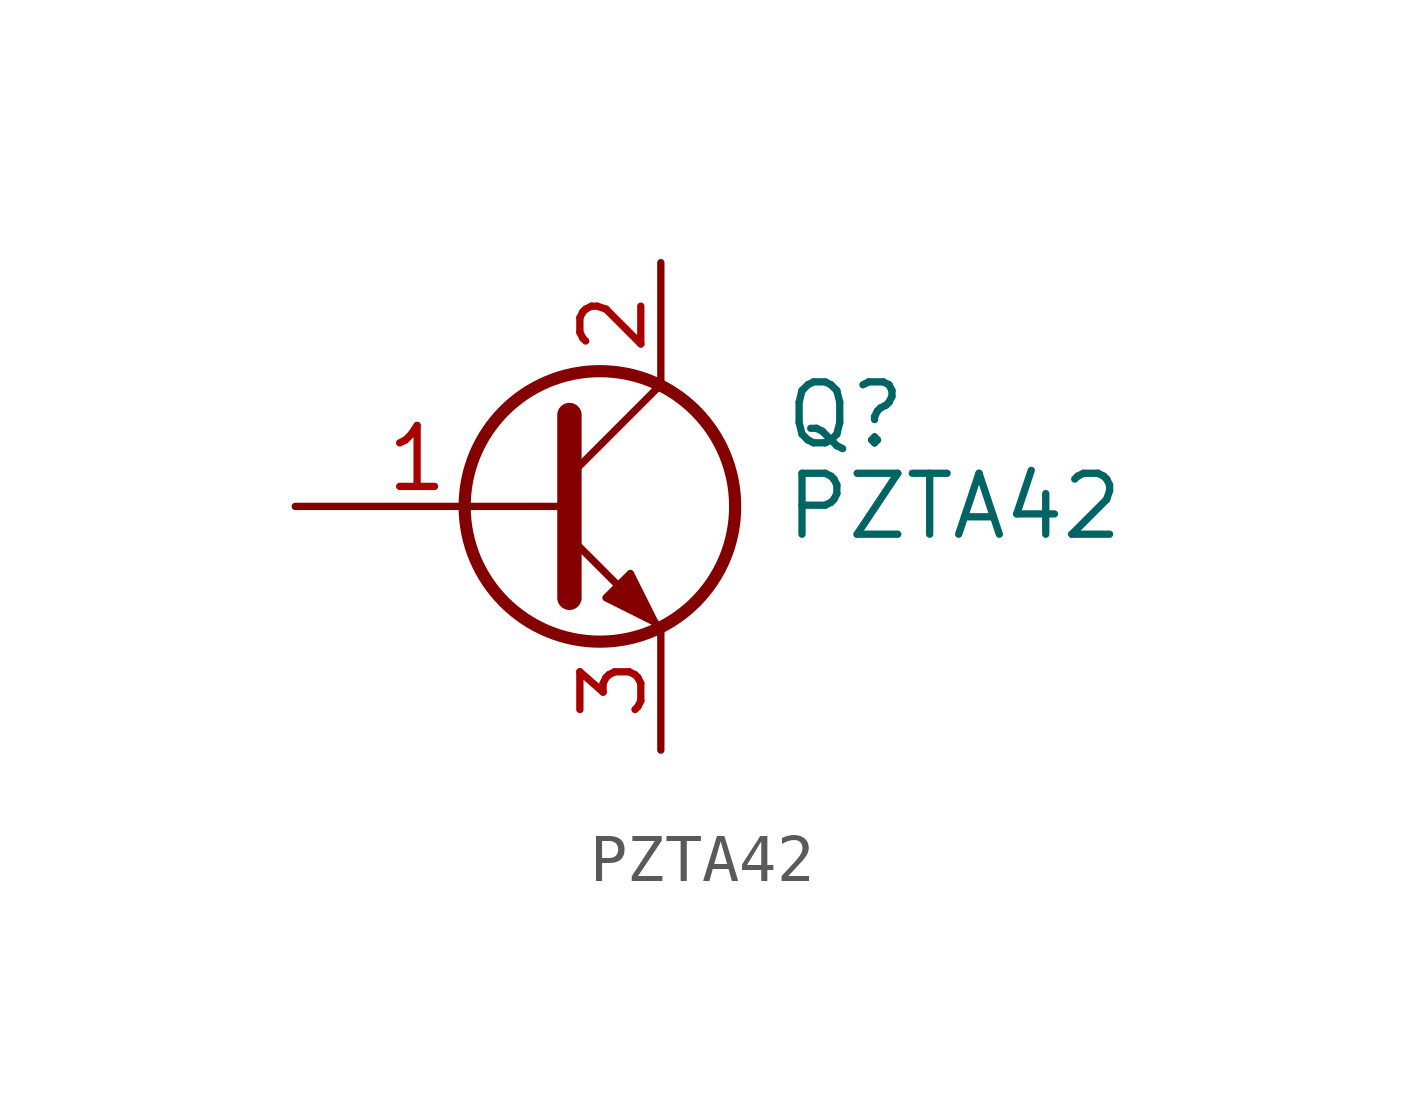
<source format=kicad_sym>
(kicad_symbol_lib
  (version 20231120)
  (generator "kicad_symbol_editor")
  (generator_version "8.0")
  (symbol "PZTA42"
    (pin_names
      (offset 0) hide)
    (property "Reference" "Q"
      (at 5.08 1.905 0)
      (effects (font (size 1.27 1.27)) (justify left)))
    (property "Value" "PZTA42"
      (at 5.08 0 0)
      (effects (font (size 1.27 1.27)) (justify left)))
    (symbol "PZTA42_0_1"
      (polyline (pts (xy 0 0) (xy 0.635 0)) (stroke (width 0) (type default)) (fill (type none)))
      (polyline (pts (xy 2.54 -2.54) (xy 0.635 -0.635)) (stroke (width 0) (type default)) (fill (type none)))
      (polyline (pts (xy 2.54 2.54) (xy 0.635 0.635)) (stroke (width 0) (type default)) (fill (type none)))
      (polyline (pts (xy 0.635 1.905) (xy 0.635 -1.905) (xy 0.635 -1.905)) (stroke (width 0.508) (type default)) (fill (type none)))
      (polyline (pts (xy 2.286 -2.286) (xy 1.778 -1.778) (xy 1.778 -1.778)) (stroke (width 0) (type default)) (fill (type none)))
      (polyline (pts (xy 1.397 -1.905) (xy 1.905 -1.397) (xy 2.413 -2.413) (xy 1.397 -1.905) (xy 1.397 -1.905)) (stroke (width 0) (type default)) (fill (type outline)))
      (circle (center 1.27 0) (radius 2.819) (stroke (width 0.254) (type default)) (fill (type none))))
    (symbol "PZTA42_1_1"
      (pin input line (at -5.08 0 0) (length 5.08) (name "B" (effects (font (size 1.27 1.27)))) (number "1" (effects (font (size 1.27 1.27)))))
      (pin passive line (at 2.54 5.08 270) (length 2.54) (name "C" (effects (font (size 1.27 1.27)))) (number "2" (effects (font (size 1.27 1.27)))))
      (pin passive line (at 2.54 -5.08 90) (length 2.54) (name "E" (effects (font (size 1.27 1.27)))) (number "3" (effects (font (size 1.27 1.27))))))))
</source>
